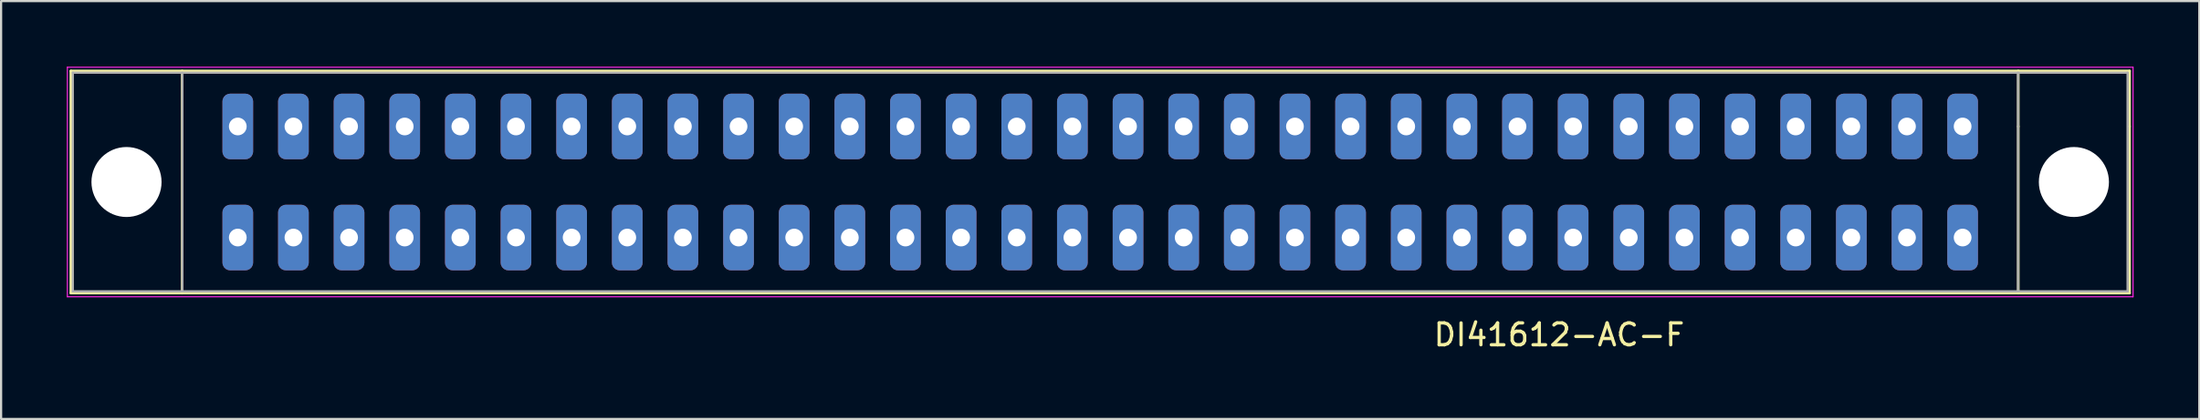
<source format=kicad_pcb>
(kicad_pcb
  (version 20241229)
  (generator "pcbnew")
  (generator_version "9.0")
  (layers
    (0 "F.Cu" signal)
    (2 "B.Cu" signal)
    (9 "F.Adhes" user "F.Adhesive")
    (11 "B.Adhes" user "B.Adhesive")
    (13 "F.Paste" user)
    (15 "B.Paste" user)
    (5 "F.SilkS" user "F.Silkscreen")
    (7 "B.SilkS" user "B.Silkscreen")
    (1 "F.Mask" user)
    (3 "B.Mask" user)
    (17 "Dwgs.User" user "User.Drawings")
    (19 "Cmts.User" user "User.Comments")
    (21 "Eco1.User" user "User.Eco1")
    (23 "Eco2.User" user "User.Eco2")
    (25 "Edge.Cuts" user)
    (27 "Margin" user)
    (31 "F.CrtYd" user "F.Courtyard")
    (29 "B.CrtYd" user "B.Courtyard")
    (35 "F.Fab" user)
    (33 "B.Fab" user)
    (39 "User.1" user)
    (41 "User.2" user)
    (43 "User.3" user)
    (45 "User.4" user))
  (footprint "DI41612-AC-F"
    (layer "F.Cu")
    (at 7.805 7.815)
    (property "Reference" "DI41612-AC-F" (at 60.32 4.45 0) (layer "F.SilkS") (effects (font (size 1 1) (thickness 0.15))))
    (attr through_hole)
    (fp_line (start -7.62 2.54) (end -7.62 -7.62) (stroke (width 0.12) (type solid)) (layer "F.SilkS"))
    (fp_line (start -2.54 -7.62) (end -2.54 2.54) (stroke (width 0.12) (type solid)) (layer "F.SilkS"))
    (fp_line (start 81.28 -5.08) (end 81.28 -7.62) (stroke (width 0.12) (type solid)) (layer "F.SilkS"))
    (fp_line (start 81.28 -5.08) (end 81.28 2.54) (stroke (width 0.12) (type solid)) (layer "F.SilkS"))
    (fp_line (start 86.36 -7.62) (end -7.62 -7.62) (stroke (width 0.12) (type solid)) (layer "F.SilkS"))
    (fp_line (start 86.36 -5.08) (end 86.36 -7.62) (stroke (width 0.12) (type solid)) (layer "F.SilkS"))
    (fp_line (start 86.36 -5.08) (end 86.36 2.54) (stroke (width 0.12) (type solid)) (layer "F.SilkS"))
    (fp_line (start 86.36 2.54) (end -7.62 2.54) (stroke (width 0.12) (type solid)) (layer "F.SilkS"))
    (fp_line (start -7.78 -7.79) (end -7.78 2.71) (stroke (width 0.05) (type solid)) (layer "F.CrtYd"))
    (fp_line (start -7.78 -7.79) (end 86.52 -7.79) (stroke (width 0.05) (type solid)) (layer "F.CrtYd"))
    (fp_line (start 86.52 2.71) (end -7.78 2.71) (stroke (width 0.05) (type solid)) (layer "F.CrtYd"))
    (fp_line (start 86.52 2.71) (end 86.52 -7.79) (stroke (width 0.05) (type solid)) (layer "F.CrtYd"))
    (fp_line (start -7.53 -7.54) (end -7.53 2.46) (stroke (width 0.1) (type solid)) (layer "F.Fab"))
    (fp_line (start -7.53 2.46) (end 86.27 2.46) (stroke (width 0.1) (type solid)) (layer "F.Fab"))
    (fp_line (start -2.53 -7.54) (end -2.53 2.46) (stroke (width 0.1) (type solid)) (layer "F.Fab"))
    (fp_line (start 81.27 2.46) (end 81.27 -7.54) (stroke (width 0.1) (type solid)) (layer "F.Fab"))
    (fp_line (start 86.27 -7.54) (end -7.53 -7.54) (stroke (width 0.1) (type solid)) (layer "F.Fab"))
    (fp_line (start 86.27 2.46) (end 86.27 -7.54) (stroke (width 0.1) (type solid)) (layer "F.Fab"))
    (pad "" np_thru_hole circle (at -5.08 -2.54) (size 3.2 3.2) (drill 3.2) (layers "*.Cu" "*.Mask"))
    (pad "" np_thru_hole circle (at 83.82 -2.54) (size 3.2 3.2) (drill 3.2) (layers "*.Cu" "*.Mask"))
    (pad "A1" thru_hole roundrect (at 0 0) (size 1.4 3) (drill 0.81) (layers "*.Cu" "*.Mask") (roundrect_rratio 0.25))
    (pad "A2" thru_hole roundrect (at 2.54 0) (size 1.4 3) (drill 0.81) (layers "*.Cu" "*.Mask") (roundrect_rratio 0.25))
    (pad "A3" thru_hole roundrect (at 5.08 0) (size 1.4 3) (drill 0.81) (layers "*.Cu" "*.Mask") (roundrect_rratio 0.25))
    (pad "A4" thru_hole roundrect (at 7.62 0) (size 1.4 3) (drill 0.81) (layers "*.Cu" "*.Mask") (roundrect_rratio 0.25))
    (pad "A5" thru_hole roundrect (at 10.16 0) (size 1.4 3) (drill 0.81) (layers "*.Cu" "*.Mask") (roundrect_rratio 0.25))
    (pad "A6" thru_hole roundrect (at 12.7 0) (size 1.4 3) (drill 0.81) (layers "*.Cu" "*.Mask") (roundrect_rratio 0.25))
    (pad "A7" thru_hole roundrect (at 15.24 0) (size 1.4 3) (drill 0.81) (layers "*.Cu" "*.Mask") (roundrect_rratio 0.25))
    (pad "A8" thru_hole roundrect (at 17.78 0) (size 1.4 3) (drill 0.81) (layers "*.Cu" "*.Mask") (roundrect_rratio 0.25))
    (pad "A9" thru_hole roundrect (at 20.32 0) (size 1.4 3) (drill 0.81) (layers "*.Cu" "*.Mask") (roundrect_rratio 0.25))
    (pad "A10" thru_hole roundrect (at 22.86 0) (size 1.4 3) (drill 0.81) (layers "*.Cu" "*.Mask") (roundrect_rratio 0.25))
    (pad "A11" thru_hole roundrect (at 25.4 0) (size 1.4 3) (drill 0.81) (layers "*.Cu" "*.Mask") (roundrect_rratio 0.25))
    (pad "A12" thru_hole roundrect (at 27.94 0) (size 1.4 3) (drill 0.81) (layers "*.Cu" "*.Mask") (roundrect_rratio 0.25))
    (pad "A13" thru_hole roundrect (at 30.48 0) (size 1.4 3) (drill 0.81) (layers "*.Cu" "*.Mask") (roundrect_rratio 0.25))
    (pad "A14" thru_hole roundrect (at 33.02 0) (size 1.4 3) (drill 0.81) (layers "*.Cu" "*.Mask") (roundrect_rratio 0.25))
    (pad "A15" thru_hole roundrect (at 35.56 0) (size 1.4 3) (drill 0.81) (layers "*.Cu" "*.Mask") (roundrect_rratio 0.25))
    (pad "A16" thru_hole roundrect (at 38.1 0) (size 1.4 3) (drill 0.81) (layers "*.Cu" "*.Mask") (roundrect_rratio 0.25))
    (pad "A17" thru_hole roundrect (at 40.64 0) (size 1.4 3) (drill 0.81) (layers "*.Cu" "*.Mask") (roundrect_rratio 0.25))
    (pad "A18" thru_hole roundrect (at 43.18 0) (size 1.4 3) (drill 0.81) (layers "*.Cu" "*.Mask") (roundrect_rratio 0.25))
    (pad "A19" thru_hole roundrect (at 45.72 0) (size 1.4 3) (drill 0.81) (layers "*.Cu" "*.Mask") (roundrect_rratio 0.25))
    (pad "A20" thru_hole roundrect (at 48.26 0) (size 1.4 3) (drill 0.81) (layers "*.Cu" "*.Mask") (roundrect_rratio 0.25))
    (pad "A21" thru_hole roundrect (at 50.8 0) (size 1.4 3) (drill 0.81) (layers "*.Cu" "*.Mask") (roundrect_rratio 0.25))
    (pad "A22" thru_hole roundrect (at 53.34 0) (size 1.4 3) (drill 0.81) (layers "*.Cu" "*.Mask") (roundrect_rratio 0.25))
    (pad "A23" thru_hole roundrect (at 55.88 0) (size 1.4 3) (drill 0.81) (layers "*.Cu" "*.Mask") (roundrect_rratio 0.25))
    (pad "A24" thru_hole roundrect (at 58.42 0) (size 1.4 3) (drill 0.81) (layers "*.Cu" "*.Mask") (roundrect_rratio 0.25))
    (pad "A25" thru_hole roundrect (at 60.96 0) (size 1.4 3) (drill 0.81) (layers "*.Cu" "*.Mask") (roundrect_rratio 0.25))
    (pad "A26" thru_hole roundrect (at 63.5 0) (size 1.4 3) (drill 0.81) (layers "*.Cu" "*.Mask") (roundrect_rratio 0.25))
    (pad "A27" thru_hole roundrect (at 66.04 0) (size 1.4 3) (drill 0.81) (layers "*.Cu" "*.Mask") (roundrect_rratio 0.25))
    (pad "A28" thru_hole roundrect (at 68.58 0) (size 1.4 3) (drill 0.81) (layers "*.Cu" "*.Mask") (roundrect_rratio 0.25))
    (pad "A29" thru_hole roundrect (at 71.12 0) (size 1.4 3) (drill 0.81) (layers "*.Cu" "*.Mask") (roundrect_rratio 0.25))
    (pad "A30" thru_hole roundrect (at 73.66 0) (size 1.4 3) (drill 0.81) (layers "*.Cu" "*.Mask") (roundrect_rratio 0.25))
    (pad "A31" thru_hole roundrect (at 76.2 0) (size 1.4 3) (drill 0.81) (layers "*.Cu" "*.Mask") (roundrect_rratio 0.25))
    (pad "A32" thru_hole roundrect (at 78.74 0) (size 1.4 3) (drill 0.81) (layers "*.Cu" "*.Mask") (roundrect_rratio 0.25))
    (pad "C1" thru_hole roundrect (at 0 -5.08) (size 1.4 3) (drill 0.81) (layers "*.Cu" "*.Mask") (roundrect_rratio 0.25))
    (pad "C2" thru_hole roundrect (at 2.54 -5.08) (size 1.4 3) (drill 0.81) (layers "*.Cu" "*.Mask") (roundrect_rratio 0.25))
    (pad "C3" thru_hole roundrect (at 5.08 -5.08) (size 1.4 3) (drill 0.81) (layers "*.Cu" "*.Mask") (roundrect_rratio 0.25))
    (pad "C4" thru_hole roundrect (at 7.62 -5.08) (size 1.4 3) (drill 0.81) (layers "*.Cu" "*.Mask") (roundrect_rratio 0.25))
    (pad "C5" thru_hole roundrect (at 10.16 -5.08) (size 1.4 3) (drill 0.81) (layers "*.Cu" "*.Mask") (roundrect_rratio 0.25))
    (pad "C6" thru_hole roundrect (at 12.7 -5.08) (size 1.4 3) (drill 0.81) (layers "*.Cu" "*.Mask") (roundrect_rratio 0.25))
    (pad "C7" thru_hole roundrect (at 15.24 -5.08) (size 1.4 3) (drill 0.81) (layers "*.Cu" "*.Mask") (roundrect_rratio 0.25))
    (pad "C8" thru_hole roundrect (at 17.78 -5.08) (size 1.4 3) (drill 0.81) (layers "*.Cu" "*.Mask") (roundrect_rratio 0.25))
    (pad "C9" thru_hole roundrect (at 20.32 -5.08) (size 1.4 3) (drill 0.81) (layers "*.Cu" "*.Mask") (roundrect_rratio 0.25))
    (pad "C10" thru_hole roundrect (at 22.86 -5.08) (size 1.4 3) (drill 0.81) (layers "*.Cu" "*.Mask") (roundrect_rratio 0.25))
    (pad "C11" thru_hole roundrect (at 25.4 -5.08) (size 1.4 3) (drill 0.81) (layers "*.Cu" "*.Mask") (roundrect_rratio 0.25))
    (pad "C12" thru_hole roundrect (at 27.94 -5.08) (size 1.4 3) (drill 0.81) (layers "*.Cu" "*.Mask") (roundrect_rratio 0.25))
    (pad "C13" thru_hole roundrect (at 30.48 -5.08) (size 1.4 3) (drill 0.81) (layers "*.Cu" "*.Mask") (roundrect_rratio 0.25))
    (pad "C14" thru_hole roundrect (at 33.02 -5.08) (size 1.4 3) (drill 0.81) (layers "*.Cu" "*.Mask") (roundrect_rratio 0.25))
    (pad "C15" thru_hole roundrect (at 35.56 -5.08) (size 1.4 3) (drill 0.81) (layers "*.Cu" "*.Mask") (roundrect_rratio 0.25))
    (pad "C16" thru_hole roundrect (at 38.1 -5.08) (size 1.4 3) (drill 0.81) (layers "*.Cu" "*.Mask") (roundrect_rratio 0.25))
    (pad "C17" thru_hole roundrect (at 40.64 -5.08) (size 1.4 3) (drill 0.81) (layers "*.Cu" "*.Mask") (roundrect_rratio 0.25))
    (pad "C18" thru_hole roundrect (at 43.18 -5.08) (size 1.4 3) (drill 0.81) (layers "*.Cu" "*.Mask") (roundrect_rratio 0.25))
    (pad "C19" thru_hole roundrect (at 45.72 -5.08) (size 1.4 3) (drill 0.81) (layers "*.Cu" "*.Mask") (roundrect_rratio 0.25))
    (pad "C20" thru_hole roundrect (at 48.26 -5.08) (size 1.4 3) (drill 0.81) (layers "*.Cu" "*.Mask") (roundrect_rratio 0.25))
    (pad "C21" thru_hole roundrect (at 50.8 -5.08) (size 1.4 3) (drill 0.81) (layers "*.Cu" "*.Mask") (roundrect_rratio 0.25))
    (pad "C22" thru_hole roundrect (at 53.34 -5.08) (size 1.4 3) (drill 0.81) (layers "*.Cu" "*.Mask") (roundrect_rratio 0.25))
    (pad "C23" thru_hole roundrect (at 55.88 -5.08) (size 1.4 3) (drill 0.81) (layers "*.Cu" "*.Mask") (roundrect_rratio 0.25))
    (pad "C24" thru_hole roundrect (at 58.42 -5.08) (size 1.4 3) (drill 0.81) (layers "*.Cu" "*.Mask") (roundrect_rratio 0.25))
    (pad "C25" thru_hole roundrect (at 60.96 -5.08) (size 1.4 3) (drill 0.81) (layers "*.Cu" "*.Mask") (roundrect_rratio 0.25))
    (pad "C26" thru_hole roundrect (at 63.5 -5.08) (size 1.4 3) (drill 0.81) (layers "*.Cu" "*.Mask") (roundrect_rratio 0.25))
    (pad "C27" thru_hole roundrect (at 66.04 -5.08) (size 1.4 3) (drill 0.81) (layers "*.Cu" "*.Mask") (roundrect_rratio 0.25))
    (pad "C28" thru_hole roundrect (at 68.58 -5.08) (size 1.4 3) (drill 0.81) (layers "*.Cu" "*.Mask") (roundrect_rratio 0.25))
    (pad "C29" thru_hole roundrect (at 71.12 -5.08) (size 1.4 3) (drill 0.81) (layers "*.Cu" "*.Mask") (roundrect_rratio 0.25))
    (pad "C30" thru_hole roundrect (at 73.66 -5.08) (size 1.4 3) (drill 0.81) (layers "*.Cu" "*.Mask") (roundrect_rratio 0.25))
    (pad "C31" thru_hole roundrect (at 76.2 -5.08) (size 1.4 3) (drill 0.81) (layers "*.Cu" "*.Mask") (roundrect_rratio 0.25))
    (pad "C32" thru_hole roundrect (at 78.74 -5.08) (size 1.4 3) (drill 0.81) (layers "*.Cu" "*.Mask") (roundrect_rratio 0.25)))
  (gr_rect
    (start -3 -3)
    (end 97.35 16.113)
    (stroke (width 0.1) (type default))
    (fill no)
    (layer "Edge.Cuts")))
</source>
